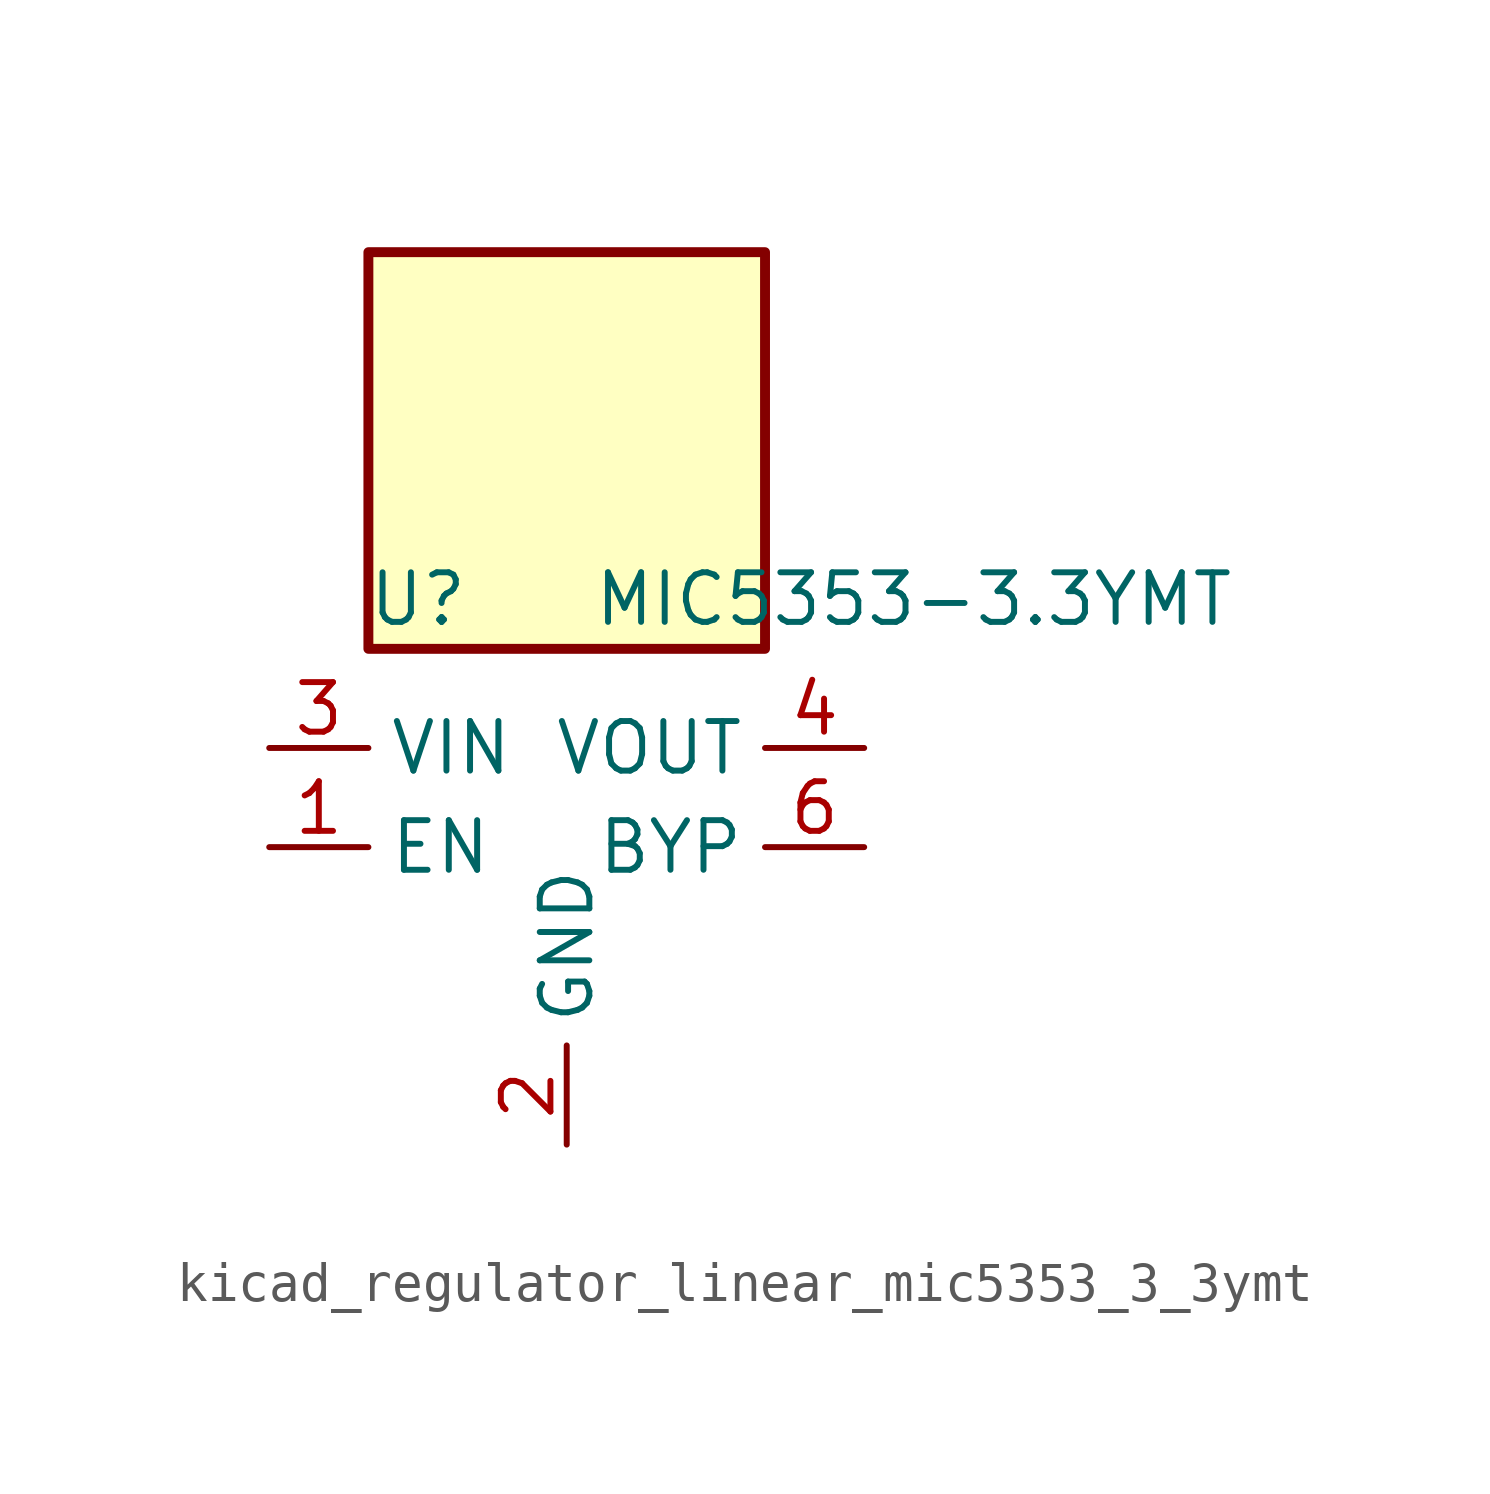
<source format=kicad_sym>
(kicad_symbol_lib
  (version 20220914)
  (generator kicad_symbol_editor)
  (symbol "kicad_regulator_linear_mic5353_3_3ymt"
    (property "Reference" "U"
      (at -3.81 6.35 0)
      (effects (font (size 1.27 1.27))))
    (property "Value" "MIC5353-3.3YMT"
      (at 8.89 6.35 0)
      (effects (font (size 1.27 1.27))))
    (symbol "kicad_regulator_linear_mic5353_3_3ymt_0_1"
      (rectangle (start 5.08 15.24) (end -5.08 5.08) (stroke (width 0.254) (type default)) (fill (type background)))
      (pin input line (at -7.62 0 0) (length 2.54) (name "EN" (effects (font (size 1.27 1.27)))) (number "1" (effects (font (size 1.27 1.27)))))
      (pin power_in line (at 0 -7.62 90) (length 2.54) (name "GND" (effects (font (size 1.27 1.27)))) (number "2" (effects (font (size 1.27 1.27)))))
      (pin power_in line (at -7.62 2.54 0) (length 2.54) (name "VIN" (effects (font (size 1.27 1.27)))) (number "3" (effects (font (size 1.27 1.27)))))
      (pin power_out line (at 7.62 2.54 180) (length 2.54) (name "VOUT" (effects (font (size 1.27 1.27)))) (number "4" (effects (font (size 1.27 1.27)))))
      (pin no_connect line (at 5.08 -2.54 180) (length 2.54) hide (name "NC" (effects (font (size 1.27 1.27)))) (number "5" (effects (font (size 1.27 1.27)))))
      (pin passive line (at 7.62 0 180) (length 2.54) (name "BYP" (effects (font (size 1.27 1.27)))) (number "6" (effects (font (size 1.27 1.27)))))
      (pin passive line (at 0 -7.62 90) (length 2.54) hide (name "GND" (effects (font (size 1.27 1.27)))) (number "7" (effects (font (size 1.27 1.27))))))))
</source>
